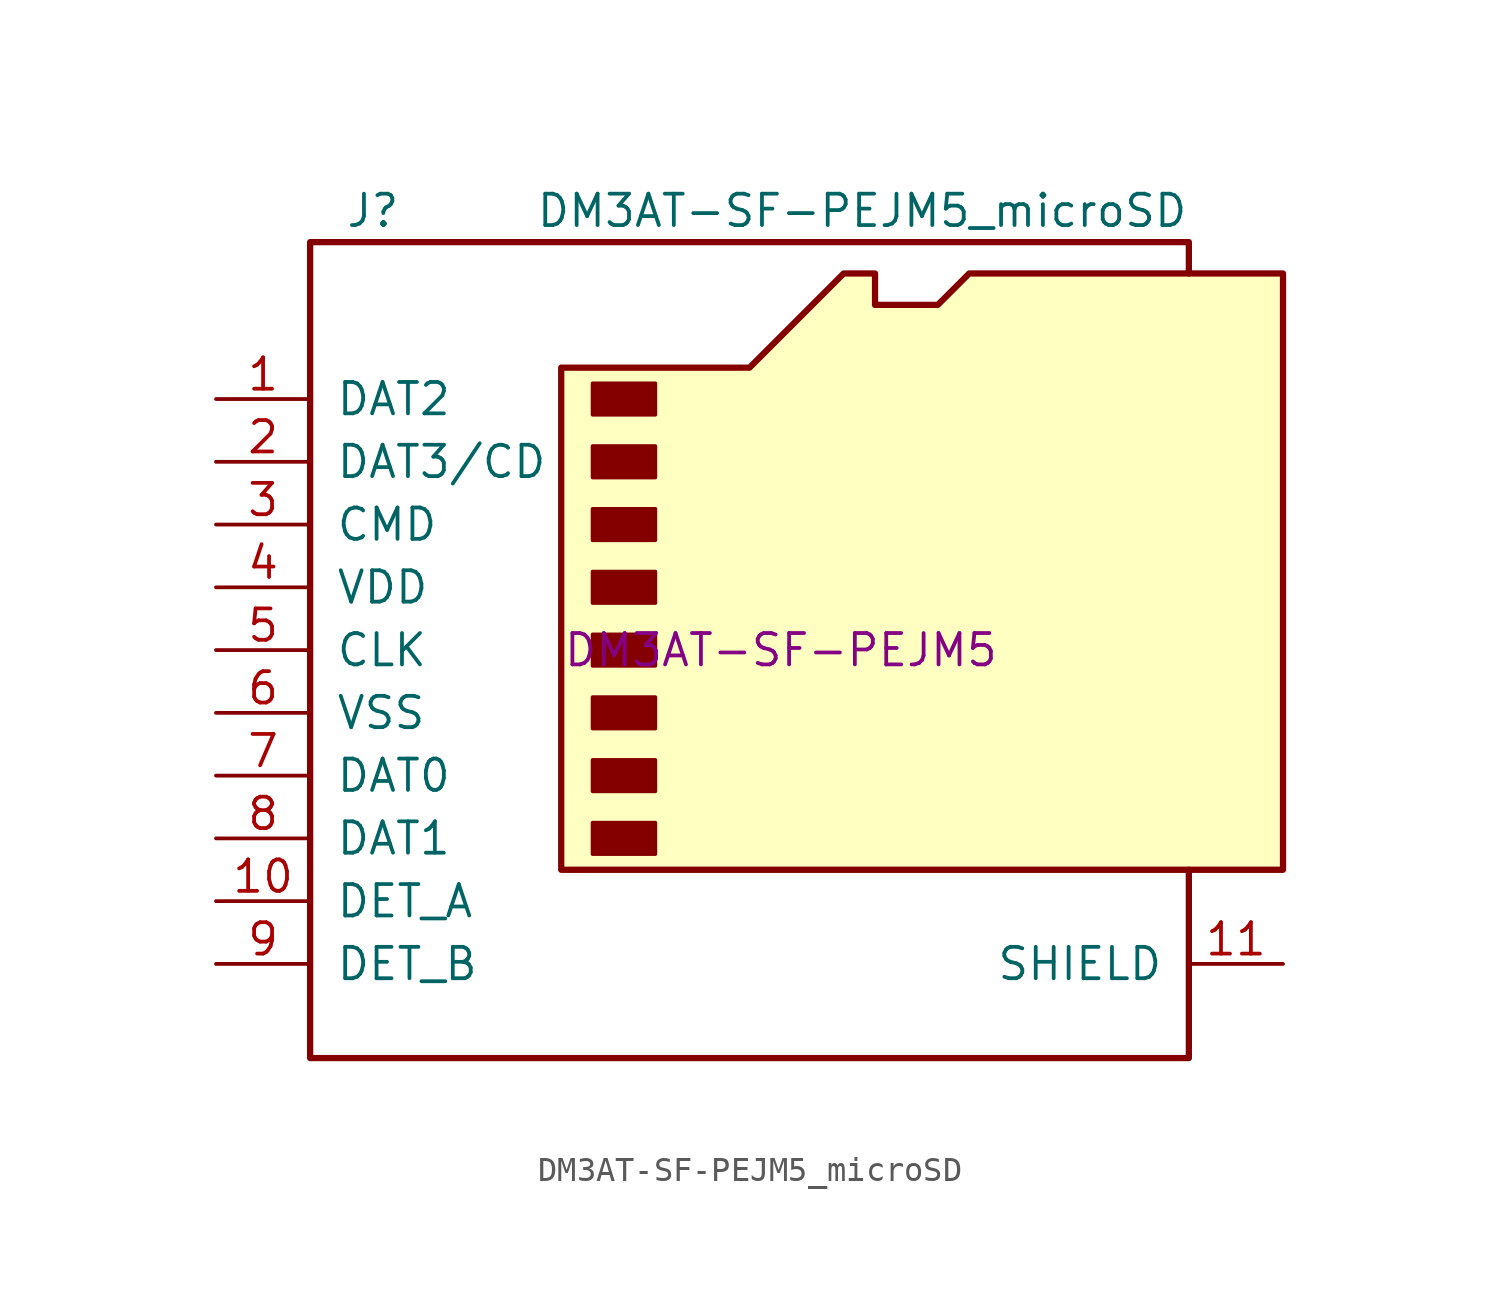
<source format=kicad_sym>
(kicad_symbol_lib
  (version 20211014)
  (generator kicad_symbol_editor)
  (symbol "DM3AT-SF-PEJM5_microSD"
    (pin_names
      (offset 1.016))
    (property "Reference" "J"
      (at -16.51 17.78 0)
      (effects (font (size 1.27 1.27))))
    (property "Value" "DM3AT-SF-PEJM5_microSD"
      (at 16.51 17.78 0)
      (effects (font (size 1.27 1.27)) (justify right)))
    (property "Manufacturer Part Number" "DM3AT-SF-PEJM5"
      (at 0 0 0)
      (effects (font (size 1.27 1.27))))
    (symbol "DM3AT-SF-PEJM5_microSD_0_1"
      (rectangle (start -7.62 -6.985) (end -5.08 -8.255) (stroke (width 0) (type default) (color 0 0 0 0)) (fill (type outline)))
      (rectangle (start -7.62 -4.445) (end -5.08 -5.715) (stroke (width 0) (type default) (color 0 0 0 0)) (fill (type outline)))
      (rectangle (start -7.62 -1.905) (end -5.08 -3.175) (stroke (width 0) (type default) (color 0 0 0 0)) (fill (type outline)))
      (rectangle (start -7.62 0.635) (end -5.08 -0.635) (stroke (width 0) (type default) (color 0 0 0 0)) (fill (type outline)))
      (rectangle (start -7.62 3.175) (end -5.08 1.905) (stroke (width 0) (type default) (color 0 0 0 0)) (fill (type outline)))
      (rectangle (start -7.62 5.715) (end -5.08 4.445) (stroke (width 0) (type default) (color 0 0 0 0)) (fill (type outline)))
      (rectangle (start -7.62 8.255) (end -5.08 6.985) (stroke (width 0) (type default) (color 0 0 0 0)) (fill (type outline)))
      (rectangle (start -7.62 10.795) (end -5.08 9.525) (stroke (width 0) (type default) (color 0 0 0 0)) (fill (type outline)))
      (polyline (pts (xy 16.51 15.24) (xy 16.51 16.51) (xy -19.05 16.51) (xy -19.05 -16.51) (xy 16.51 -16.51) (xy 16.51 -8.89)) (stroke (width 0.254) (type default) (color 0 0 0 0)) (fill (type none)))
      (polyline (pts (xy -8.89 -8.89) (xy -8.89 11.43) (xy -1.27 11.43) (xy 2.54 15.24) (xy 3.81 15.24) (xy 3.81 13.97) (xy 6.35 13.97) (xy 7.62 15.24) (xy 20.32 15.24) (xy 20.32 -8.89) (xy -8.89 -8.89)) (stroke (width 0.254) (type default) (color 0 0 0 0)) (fill (type background))))
    (symbol "DM3AT-SF-PEJM5_microSD_1_1"
      (pin bidirectional line (at -22.86 10.16 0) (length 3.81) (name "DAT2" (effects (font (size 1.27 1.27)))) (number "1" (effects (font (size 1.27 1.27)))))
      (pin passive line (at -22.86 -10.16 0) (length 3.81) (name "DET_A" (effects (font (size 1.27 1.27)))) (number "10" (effects (font (size 1.27 1.27)))))
      (pin passive line (at 20.32 -12.7 180) (length 3.81) (name "SHIELD" (effects (font (size 1.27 1.27)))) (number "11" (effects (font (size 1.27 1.27)))))
      (pin bidirectional line (at -22.86 7.62 0) (length 3.81) (name "DAT3/CD" (effects (font (size 1.27 1.27)))) (number "2" (effects (font (size 1.27 1.27)))))
      (pin input line (at -22.86 5.08 0) (length 3.81) (name "CMD" (effects (font (size 1.27 1.27)))) (number "3" (effects (font (size 1.27 1.27)))))
      (pin power_in line (at -22.86 2.54 0) (length 3.81) (name "VDD" (effects (font (size 1.27 1.27)))) (number "4" (effects (font (size 1.27 1.27)))))
      (pin input line (at -22.86 0 0) (length 3.81) (name "CLK" (effects (font (size 1.27 1.27)))) (number "5" (effects (font (size 1.27 1.27)))))
      (pin power_in line (at -22.86 -2.54 0) (length 3.81) (name "VSS" (effects (font (size 1.27 1.27)))) (number "6" (effects (font (size 1.27 1.27)))))
      (pin bidirectional line (at -22.86 -5.08 0) (length 3.81) (name "DAT0" (effects (font (size 1.27 1.27)))) (number "7" (effects (font (size 1.27 1.27)))))
      (pin bidirectional line (at -22.86 -7.62 0) (length 3.81) (name "DAT1" (effects (font (size 1.27 1.27)))) (number "8" (effects (font (size 1.27 1.27)))))
      (pin passive line (at -22.86 -12.7 0) (length 3.81) (name "DET_B" (effects (font (size 1.27 1.27)))) (number "9" (effects (font (size 1.27 1.27))))))))
</source>
